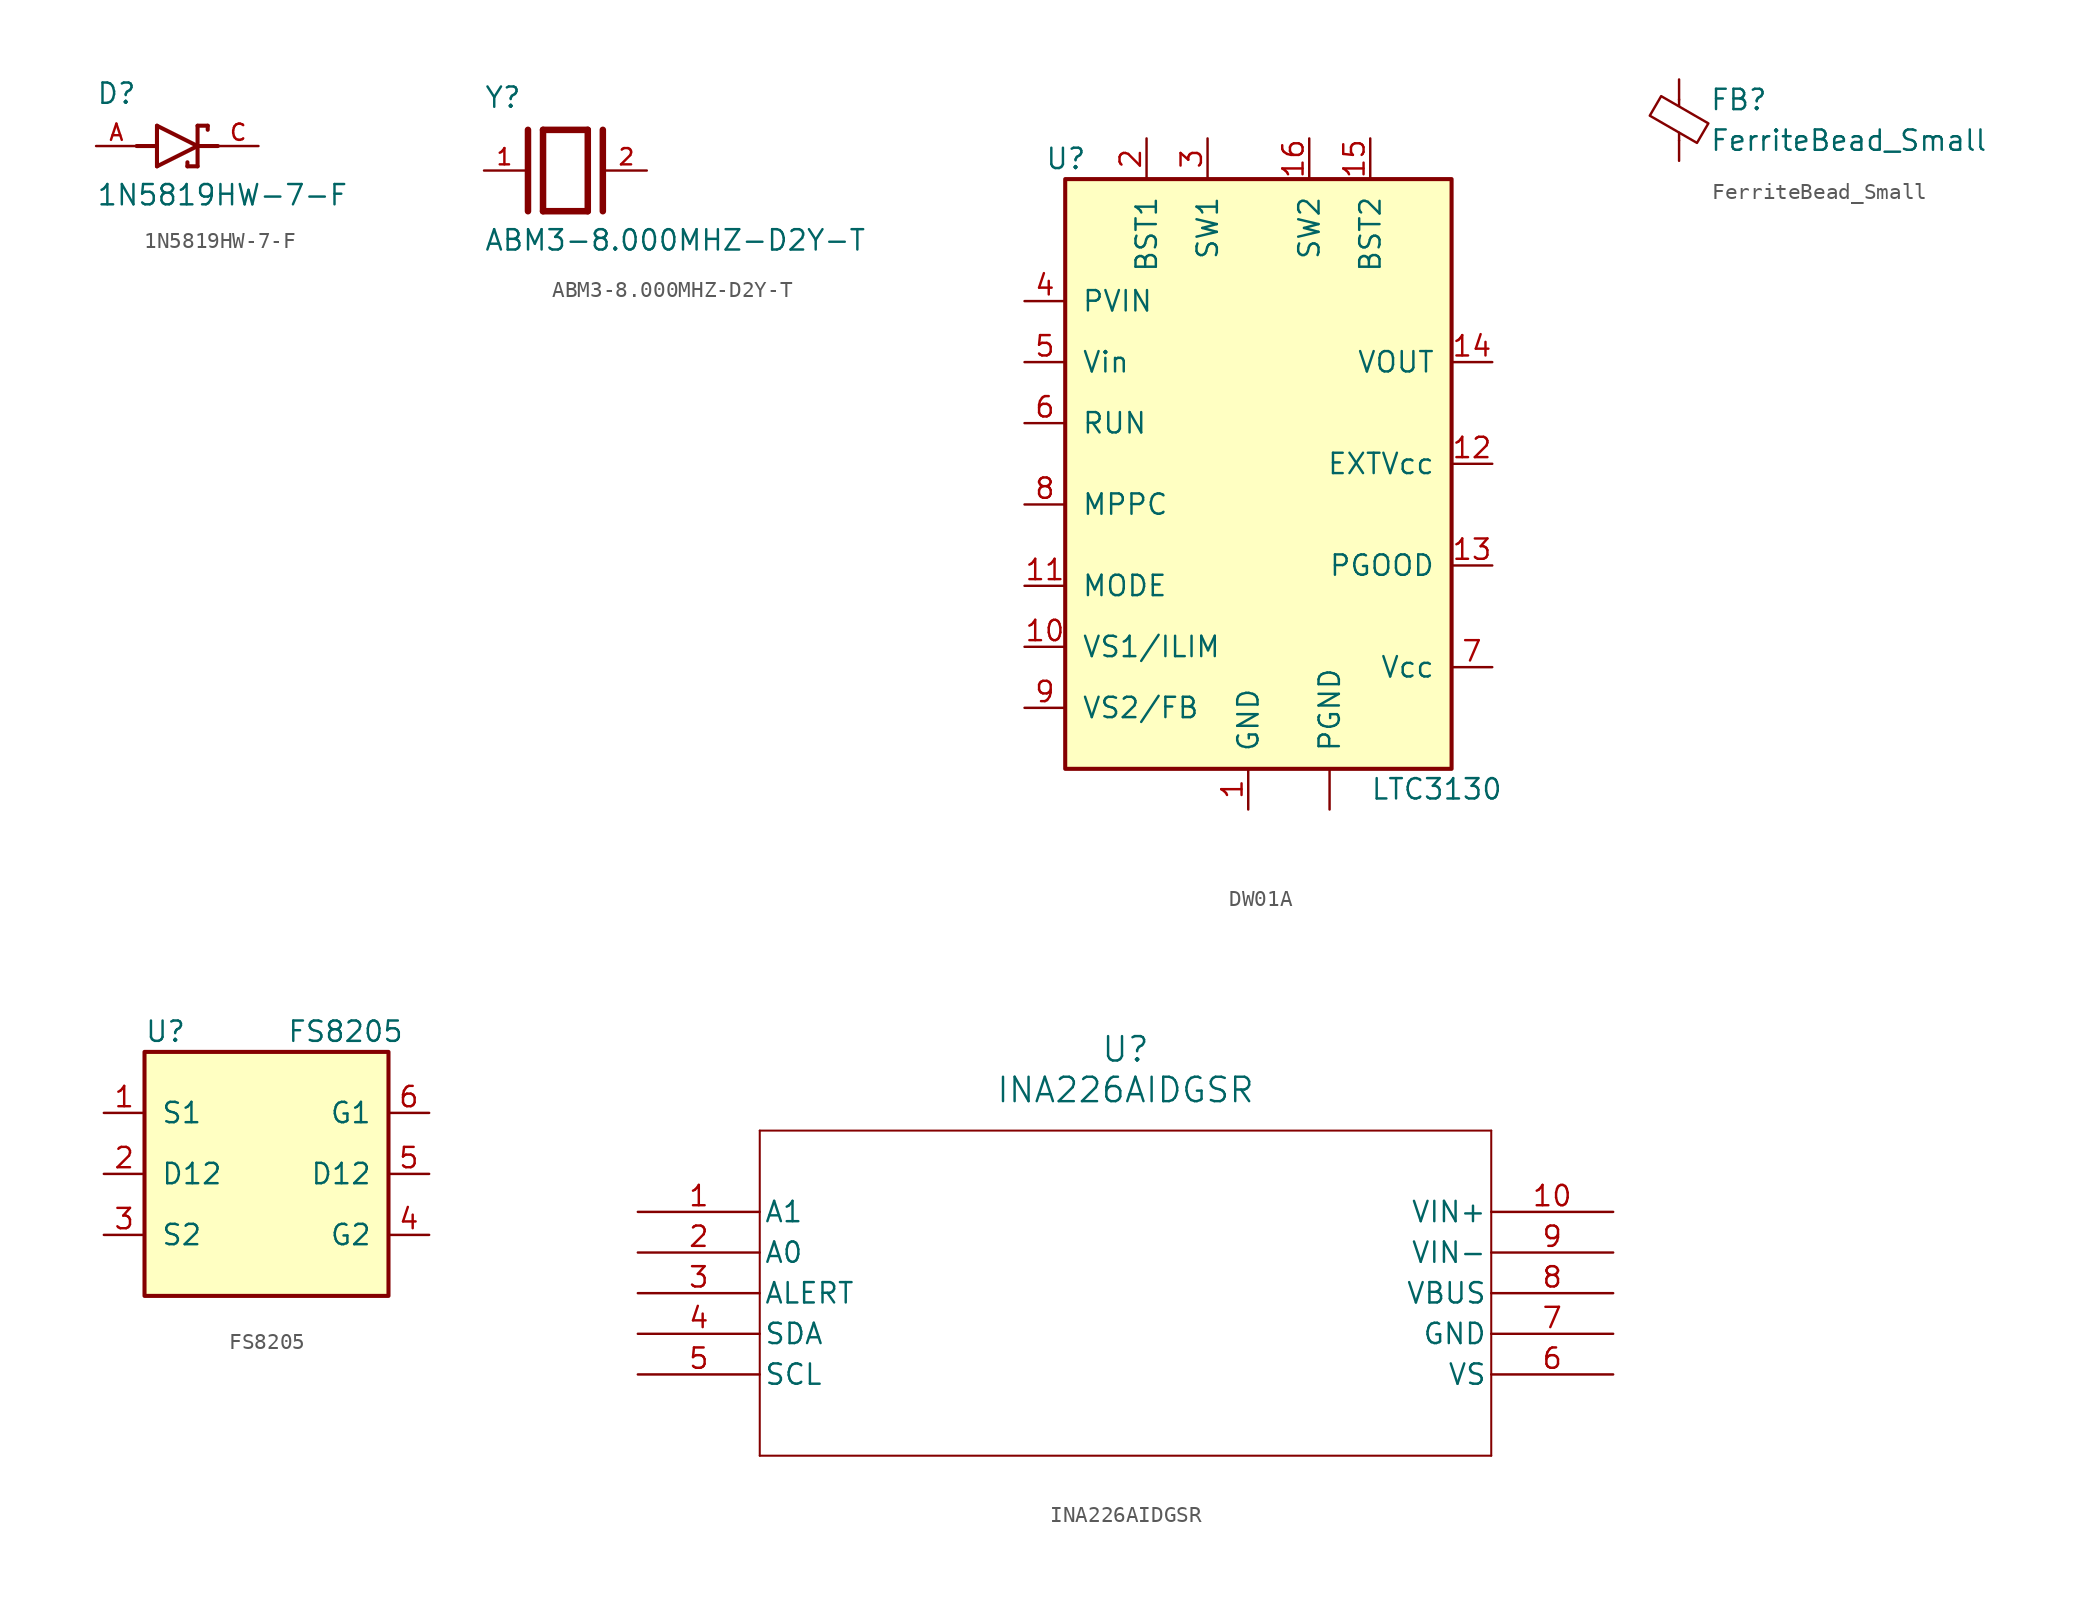
<source format=kicad_sym>
(kicad_symbol_lib
  (version 20241209)
  (generator "kicad_symbol_editor")
  (generator_version "9.0")
  (symbol "1N5819HW-7-F"
    (pin_names
      (offset 1.016))
    (property "Reference" "D"
      (at -5.08 2.54 0)
      (effects (font (size 1.27 1.27)) (justify left bottom)))
    (property "Value" "1N5819HW-7-F"
      (at -5.08 -3.81 0)
      (effects (font (size 1.27 1.27)) (justify left bottom)))
    (symbol "1N5819HW-7-F_0_0"
      (polyline (pts (xy -2.54 0) (xy -1.27 0)) (stroke (width 0.254) (type default)) (fill (type none)))
      (polyline (pts (xy -1.27 1.27) (xy -1.27 0)) (stroke (width 0.254) (type default)) (fill (type none)))
      (polyline (pts (xy -1.27 0) (xy -1.27 -1.27)) (stroke (width 0.254) (type default)) (fill (type none)))
      (polyline (pts (xy -1.27 -1.27) (xy 1.27 0)) (stroke (width 0.254) (type default)) (fill (type none)))
      (polyline (pts (xy 0.635 -1.016) (xy 0.635 -1.27)) (stroke (width 0.254) (type default)) (fill (type none)))
      (polyline (pts (xy 1.27 1.27) (xy 1.27 0)) (stroke (width 0.254) (type default)) (fill (type none)))
      (polyline (pts (xy 1.27 0) (xy -1.27 1.27)) (stroke (width 0.254) (type default)) (fill (type none)))
      (polyline (pts (xy 1.27 0) (xy 1.27 -1.27)) (stroke (width 0.254) (type default)) (fill (type none)))
      (polyline (pts (xy 1.27 -1.27) (xy 0.635 -1.27)) (stroke (width 0.254) (type default)) (fill (type none)))
      (polyline (pts (xy 1.905 1.27) (xy 1.27 1.27)) (stroke (width 0.254) (type default)) (fill (type none)))
      (polyline (pts (xy 1.905 1.27) (xy 1.905 1.016)) (stroke (width 0.254) (type default)) (fill (type none)))
      (polyline (pts (xy 2.54 0) (xy 1.27 0)) (stroke (width 0.254) (type default)) (fill (type none)))
      (pin passive line (at -5.08 0 0) (length 2.54) (name "~" (effects (font (size 1.016 1.016)))) (number "A" (effects (font (size 1.016 1.016)))))
      (pin passive line (at 5.08 0 180) (length 2.54) (name "~" (effects (font (size 1.016 1.016)))) (number "C" (effects (font (size 1.016 1.016)))))))
  (symbol "ABM3-8.000MHZ-D2Y-T"
    (pin_names
      (offset 1.016))
    (property "Reference" "Y"
      (at -5.088 3.816 0)
      (effects (font (size 1.27 1.27)) (justify left bottom)))
    (property "Value" "ABM3-8.000MHZ-D2Y-T"
      (at -5.094 -5.094 0)
      (effects (font (size 1.27 1.27)) (justify left bottom)))
    (symbol "ABM3-8.000MHZ-D2Y-T_0_0"
      (polyline (pts (xy -2.337 2.54) (xy -2.337 -2.54)) (stroke (width 0.406) (type default)) (fill (type none)))
      (polyline (pts (xy -1.397 2.54) (xy -1.397 -2.54)) (stroke (width 0.406) (type default)) (fill (type none)))
      (polyline (pts (xy -1.397 2.54) (xy 1.397 2.54)) (stroke (width 0.406) (type default)) (fill (type none)))
      (polyline (pts (xy 1.397 2.54) (xy 1.397 -2.54)) (stroke (width 0.406) (type default)) (fill (type none)))
      (polyline (pts (xy 1.397 -2.54) (xy -1.397 -2.54)) (stroke (width 0.406) (type default)) (fill (type none)))
      (polyline (pts (xy 2.337 2.54) (xy 2.337 -2.54)) (stroke (width 0.406) (type default)) (fill (type none)))
      (pin passive line (at -5.08 0 0) (length 2.54) (name "~" (effects (font (size 1.016 1.016)))) (number "1" (effects (font (size 1.016 1.016)))))
      (pin passive line (at 5.08 0 180) (length 2.54) (name "~" (effects (font (size 1.016 1.016)))) (number "2" (effects (font (size 1.016 1.016)))))))
  (symbol "DW01A"
    (pin_names
      (offset 1.016))
    (property "Reference" "U"
      (at -16.51 12.7 0)
      (effects (font (size 1.27 1.27)) (justify left)))
    (property "Value" "LTC3130"
      (at 3.81 -26.67 0)
      (effects (font (size 1.27 1.27)) (justify left)))
    (symbol "DW01A_0_1"
      (rectangle (start -15.24 11.43) (end 8.89 -25.4) (stroke (width 0.254) (type default)) (fill (type background))))
    (symbol "DW01A_1_1"
      (pin output line (at -17.78 3.81 0) (length 2.54) (name "PVIN" (effects (font (size 1.27 1.27)))) (number "4" (effects (font (size 1.27 1.27)))))
      (pin input line (at -17.78 0 0) (length 2.54) (name "Vin" (effects (font (size 1.27 1.27)))) (number "5" (effects (font (size 1.27 1.27)))))
      (pin input line (at -17.78 -3.81 0) (length 2.54) (name "RUN" (effects (font (size 1.27 1.27)))) (number "6" (effects (font (size 1.27 1.27)))))
      (pin input line (at -17.78 -8.89 0) (length 2.54) (name "MPPC" (effects (font (size 1.27 1.27)))) (number "8" (effects (font (size 1.27 1.27)))))
      (pin output line (at -17.78 -13.97 0) (length 2.54) (name "MODE" (effects (font (size 1.27 1.27)))) (number "11" (effects (font (size 1.27 1.27)))))
      (pin output line (at -17.78 -17.78 0) (length 2.54) (name "VS1/ILIM" (effects (font (size 1.27 1.27)))) (number "10" (effects (font (size 1.27 1.27)))))
      (pin output line (at -17.78 -21.59 0) (length 2.54) (name "VS2/FB" (effects (font (size 1.27 1.27)))) (number "9" (effects (font (size 1.27 1.27)))))
      (pin input line (at -10.16 13.97 270) (length 2.54) (name "BST1" (effects (font (size 1.27 1.27)))) (number "2" (effects (font (size 1.27 1.27)))))
      (pin input line (at -6.35 13.97 270) (length 2.54) (name "SW1" (effects (font (size 1.27 1.27)))) (number "3" (effects (font (size 1.27 1.27)))))
      (pin power_in line (at -3.81 -27.94 90) (length 2.54) (name "GND" (effects (font (size 1.27 1.27)))) (number "1" (effects (font (size 1.27 1.27)))))
      (pin input line (at 0 13.97 270) (length 2.54) (name "SW2" (effects (font (size 1.27 1.27)))) (number "16" (effects (font (size 1.27 1.27)))))
      (pin power_in line (at 1.27 -27.94 90) (length 2.54) (name "PGND" (effects (font (size 1.27 1.27)))) (number "" (effects (font (size 1.27 1.27)))))
      (pin input line (at 3.81 13.97 270) (length 2.54) (name "BST2" (effects (font (size 1.27 1.27)))) (number "15" (effects (font (size 1.27 1.27)))))
      (pin power_in line (at 11.43 0 180) (length 2.54) (name "VOUT" (effects (font (size 1.27 1.27)))) (number "14" (effects (font (size 1.27 1.27)))))
      (pin power_in line (at 11.43 -6.35 180) (length 2.54) (name "EXTVcc" (effects (font (size 1.27 1.27)))) (number "12" (effects (font (size 1.27 1.27)))))
      (pin input line (at 11.43 -12.7 180) (length 2.54) (name "PGOOD" (effects (font (size 1.27 1.27)))) (number "13" (effects (font (size 1.27 1.27)))))
      (pin input line (at 11.43 -19.05 180) (length 2.54) (name "Vcc" (effects (font (size 1.27 1.27)))) (number "7" (effects (font (size 1.27 1.27)))))))
  (symbol "FerriteBead_Small"
    (pin_numbers
      (hide yes))
    (pin_names
      (offset 0))
    (property "Reference" "FB"
      (at 1.905 1.27 0)
      (effects (font (size 1.27 1.27)) (justify left)))
    (property "Value" "FerriteBead_Small"
      (at 1.905 -1.27 0)
      (effects (font (size 1.27 1.27)) (justify left)))
    (symbol "FerriteBead_Small_0_1"
      (polyline (pts (xy -1.829 0.279) (xy -1.118 1.499) (xy 1.829 -0.203) (xy 1.118 -1.422) (xy -1.829 0.279)) (stroke (width 0) (type default)) (fill (type none)))
      (polyline (pts (xy 0 0.889) (xy 0 1.295)) (stroke (width 0) (type default)) (fill (type none)))
      (polyline (pts (xy 0 -1.27) (xy 0 -0.787)) (stroke (width 0) (type default)) (fill (type none))))
    (symbol "FerriteBead_Small_1_1"
      (pin passive line (at 0 2.54 270) (length 1.27) (name "~" (effects (font (size 1.27 1.27)))) (number "1" (effects (font (size 1.27 1.27)))))
      (pin passive line (at 0 -2.54 90) (length 1.27) (name "~" (effects (font (size 1.27 1.27)))) (number "2" (effects (font (size 1.27 1.27)))))))
  (symbol "FS8205"
    (pin_names
      (offset 1.016))
    (property "Reference" "U"
      (at -7.62 8.89 0)
      (effects (font (size 1.27 1.27)) (justify left)))
    (property "Value" "FS8205"
      (at 1.27 8.89 0)
      (effects (font (size 1.27 1.27)) (justify left)))
    (symbol "FS8205_0_1"
      (rectangle (start -7.62 7.62) (end 7.62 -7.62) (stroke (width 0.254) (type default)) (fill (type background))))
    (symbol "FS8205_1_1"
      (pin input line (at -10.16 3.81 0) (length 2.54) (name "S1" (effects (font (size 1.27 1.27)))) (number "1" (effects (font (size 1.27 1.27)))))
      (pin input line (at -10.16 0 0) (length 2.54) (name "D12" (effects (font (size 1.27 1.27)))) (number "2" (effects (font (size 1.27 1.27)))))
      (pin input line (at -10.16 -3.81 0) (length 2.54) (name "S2" (effects (font (size 1.27 1.27)))) (number "3" (effects (font (size 1.27 1.27)))))
      (pin input line (at 10.16 3.81 180) (length 2.54) (name "G1" (effects (font (size 1.27 1.27)))) (number "6" (effects (font (size 1.27 1.27)))))
      (pin input line (at 10.16 0 180) (length 2.54) (name "D12" (effects (font (size 1.27 1.27)))) (number "5" (effects (font (size 1.27 1.27)))))
      (pin input line (at 10.16 -3.81 180) (length 2.54) (name "G2" (effects (font (size 1.27 1.27)))) (number "4" (effects (font (size 1.27 1.27)))))))
  (symbol "INA226AIDGSR"
    (pin_names
      (offset 0.254))
    (property "Reference" "U"
      (at 30.48 10.16 0)
      (effects (font (size 1.524 1.524))))
    (property "Value" "INA226AIDGSR"
      (at 30.48 7.62 0)
      (effects (font (size 1.524 1.524))))
    (property "ki_locked" ""
      (at 0 0 0)
      (effects (font (size 1.27 1.27))))
    (symbol "INA226AIDGSR_0_1"
      (polyline (pts (xy 7.62 5.08) (xy 7.62 -15.24)) (stroke (width 0.127) (type default)) (fill (type none)))
      (polyline (pts (xy 7.62 -15.24) (xy 53.34 -15.24)) (stroke (width 0.127) (type default)) (fill (type none)))
      (polyline (pts (xy 53.34 5.08) (xy 7.62 5.08)) (stroke (width 0.127) (type default)) (fill (type none)))
      (polyline (pts (xy 53.34 -15.24) (xy 53.34 5.08)) (stroke (width 0.127) (type default)) (fill (type none)))
      (pin unspecified line (at 0 0 0) (length 7.62) (name "A1" (effects (font (size 1.27 1.27)))) (number "1" (effects (font (size 1.27 1.27)))))
      (pin unspecified line (at 0 -2.54 0) (length 7.62) (name "A0" (effects (font (size 1.27 1.27)))) (number "2" (effects (font (size 1.27 1.27)))))
      (pin output line (at 0 -5.08 0) (length 7.62) (name "ALERT" (effects (font (size 1.27 1.27)))) (number "3" (effects (font (size 1.27 1.27)))))
      (pin bidirectional line (at 0 -7.62 0) (length 7.62) (name "SDA" (effects (font (size 1.27 1.27)))) (number "4" (effects (font (size 1.27 1.27)))))
      (pin input line (at 0 -10.16 0) (length 7.62) (name "SCL" (effects (font (size 1.27 1.27)))) (number "5" (effects (font (size 1.27 1.27)))))
      (pin input line (at 60.96 0 180) (length 7.62) (name "VIN+" (effects (font (size 1.27 1.27)))) (number "10" (effects (font (size 1.27 1.27)))))
      (pin input line (at 60.96 -2.54 180) (length 7.62) (name "VIN-" (effects (font (size 1.27 1.27)))) (number "9" (effects (font (size 1.27 1.27)))))
      (pin input line (at 60.96 -5.08 180) (length 7.62) (name "VBUS" (effects (font (size 1.27 1.27)))) (number "8" (effects (font (size 1.27 1.27)))))
      (pin power_in line (at 60.96 -7.62 180) (length 7.62) (name "GND" (effects (font (size 1.27 1.27)))) (number "7" (effects (font (size 1.27 1.27)))))
      (pin power_in line (at 60.96 -10.16 180) (length 7.62) (name "VS" (effects (font (size 1.27 1.27)))) (number "6" (effects (font (size 1.27 1.27))))))))
</source>
